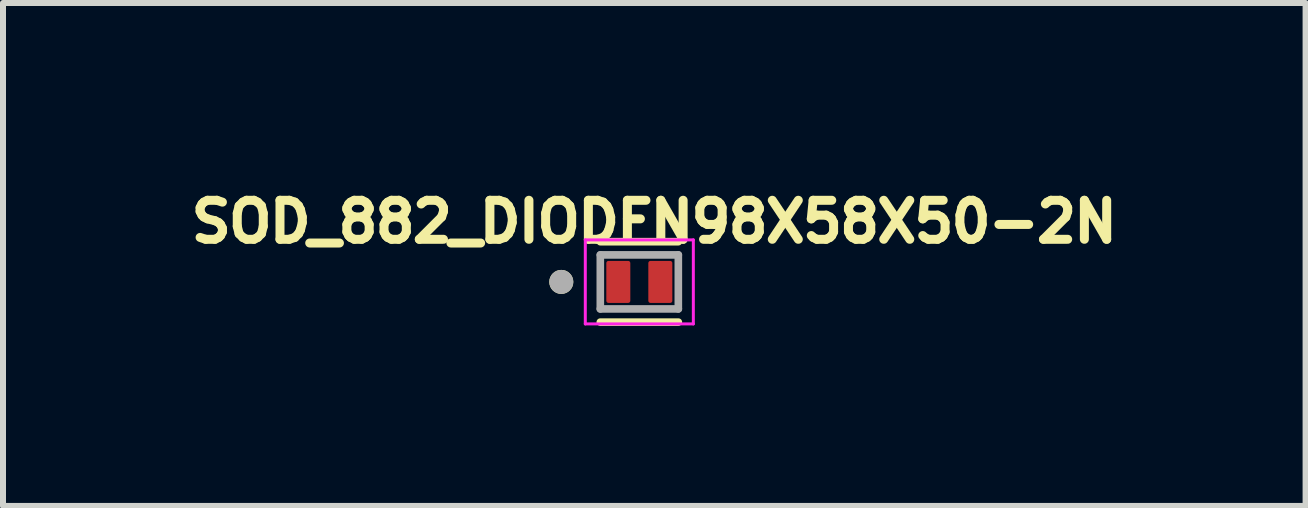
<source format=kicad_pcb>
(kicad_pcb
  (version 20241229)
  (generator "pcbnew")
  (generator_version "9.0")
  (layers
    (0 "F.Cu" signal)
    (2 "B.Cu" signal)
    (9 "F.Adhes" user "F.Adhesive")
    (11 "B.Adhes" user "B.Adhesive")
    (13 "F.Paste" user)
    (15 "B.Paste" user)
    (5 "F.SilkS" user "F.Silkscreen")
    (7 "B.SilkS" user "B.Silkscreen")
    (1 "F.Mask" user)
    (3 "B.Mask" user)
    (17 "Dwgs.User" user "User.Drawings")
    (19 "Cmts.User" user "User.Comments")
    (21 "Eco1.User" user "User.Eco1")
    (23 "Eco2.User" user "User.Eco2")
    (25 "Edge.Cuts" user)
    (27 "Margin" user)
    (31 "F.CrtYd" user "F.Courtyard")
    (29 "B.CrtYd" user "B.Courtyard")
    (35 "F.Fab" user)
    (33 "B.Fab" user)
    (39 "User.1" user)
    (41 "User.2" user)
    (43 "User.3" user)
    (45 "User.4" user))
  (footprint "SOD_882_DIODFN98X58X50-2N"
    (layer "F.Cu")
    (at 7.602 1.647)
    (property "Reference" "SOD_882_DIODFN98X58X50-2N" (at 0.25 -1.003 0) (layer "F.SilkS") (effects (font (size 0.65 0.65) (thickness 0.15))))
    (attr smd)
    (fp_poly (pts (xy -0.601 -0.4) (xy -0.1 -0.4) (xy -0.1 0.401) (xy -0.601 0.401)) (stroke (width 0.01) (type solid)) (fill yes) (layer "F.Mask"))
    (fp_poly (pts (xy 0.1 -0.4) (xy 0.6 -0.4) (xy 0.6 0.4) (xy 0.1 0.4)) (stroke (width 0.01) (type solid)) (fill yes) (layer "F.Mask"))
    (fp_line (start -0.65 -0.67) (end 0.65 -0.67) (stroke (width 0.127) (type solid)) (layer "F.SilkS"))
    (fp_line (start 0.65 0.67) (end -0.65 0.67) (stroke (width 0.127) (type solid)) (layer "F.SilkS"))
    (fp_circle (center -1.3 0) (end -1.2 0) (stroke (width 0.2) (type solid)) (fill no) (layer "F.SilkS"))
    (fp_poly (pts (xy -0.5 -0.3) (xy -0.2 -0.3) (xy -0.2 0.3) (xy -0.5 0.3)) (stroke (width 0.01) (type solid)) (fill yes) (layer "F.Paste"))
    (fp_poly (pts (xy 0.2 -0.3) (xy 0.5 -0.3) (xy 0.5 0.3) (xy 0.2 0.3)) (stroke (width 0.01) (type solid)) (fill yes) (layer "F.Paste"))
    (fp_line (start -0.9 -0.7) (end -0.9 0.7) (stroke (width 0.05) (type solid)) (layer "F.CrtYd"))
    (fp_line (start -0.9 0.7) (end 0.9 0.7) (stroke (width 0.05) (type solid)) (layer "F.CrtYd"))
    (fp_line (start 0.9 -0.7) (end -0.9 -0.7) (stroke (width 0.05) (type solid)) (layer "F.CrtYd"))
    (fp_line (start 0.9 0.7) (end 0.9 -0.7) (stroke (width 0.05) (type solid)) (layer "F.CrtYd"))
    (fp_line (start -0.65 -0.45) (end 0.65 -0.45) (stroke (width 0.127) (type solid)) (layer "F.Fab"))
    (fp_line (start -0.65 0.45) (end -0.65 -0.45) (stroke (width 0.127) (type solid)) (layer "F.Fab"))
    (fp_line (start 0.65 -0.45) (end 0.65 0.45) (stroke (width 0.127) (type solid)) (layer "F.Fab"))
    (fp_line (start 0.65 0.45) (end -0.65 0.45) (stroke (width 0.127) (type solid)) (layer "F.Fab"))
    (fp_circle (center -1.3 0) (end -1.2 0) (stroke (width 0.2) (type solid)) (fill no) (layer "F.Fab"))
    (pad "1" smd roundrect (at -0.35 0) (size 0.4 0.7) (layers "F.Cu") (roundrect_rratio 0.09))
    (pad "2" smd roundrect (at 0.35 0) (size 0.4 0.7) (layers "F.Cu") (roundrect_rratio 0.09)))
  (gr_rect
    (start -3 -3)
    (end 18.703 5.38)
    (stroke (width 0.1) (type default))
    (fill no)
    (layer "Edge.Cuts")))
</source>
